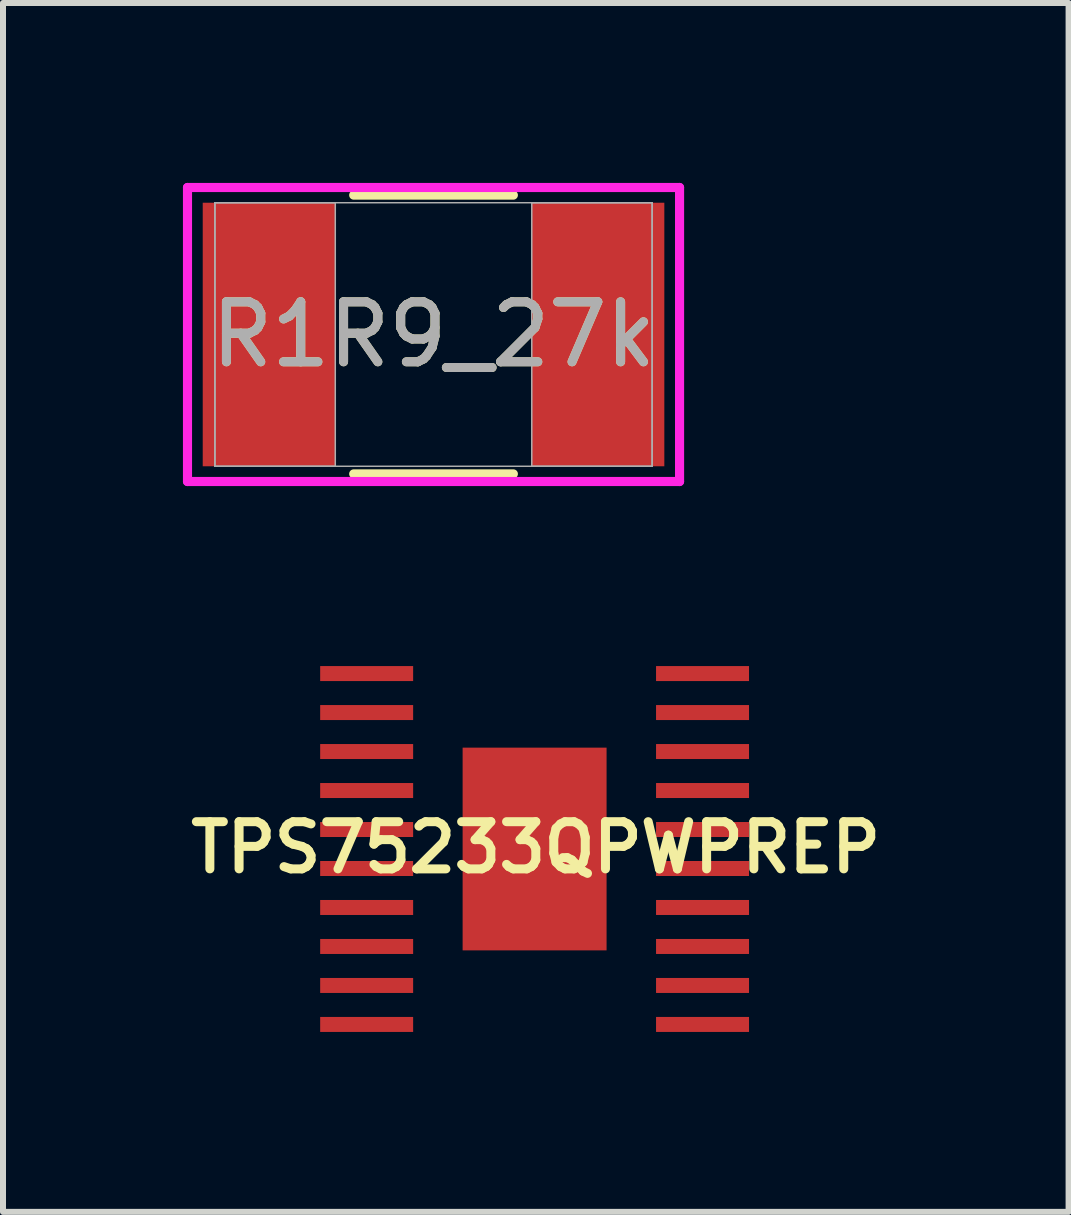
<source format=kicad_pcb>
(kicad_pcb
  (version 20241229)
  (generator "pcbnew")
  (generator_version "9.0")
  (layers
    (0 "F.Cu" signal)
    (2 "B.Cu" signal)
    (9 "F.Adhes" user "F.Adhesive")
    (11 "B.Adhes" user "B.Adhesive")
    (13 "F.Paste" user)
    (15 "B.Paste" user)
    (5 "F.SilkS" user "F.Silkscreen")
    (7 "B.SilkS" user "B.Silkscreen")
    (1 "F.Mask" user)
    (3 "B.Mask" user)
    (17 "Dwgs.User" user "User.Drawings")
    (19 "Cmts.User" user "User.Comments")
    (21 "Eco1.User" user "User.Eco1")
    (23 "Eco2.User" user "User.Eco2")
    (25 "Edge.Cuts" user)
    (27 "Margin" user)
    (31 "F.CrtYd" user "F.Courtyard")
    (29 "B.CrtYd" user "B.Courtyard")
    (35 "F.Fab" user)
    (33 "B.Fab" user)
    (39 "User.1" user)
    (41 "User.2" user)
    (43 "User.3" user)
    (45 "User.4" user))
  (footprint "R1R9_27k"
    (layer "F.Cu")
    (at 4.178 2.527)
    (property "Reference" "R1R9_27k" (at 0 0 0) (unlocked yes) (layer "F.SilkS") (effects (font (size 1 1) (thickness 0.15))))
    (attr smd)
    (fp_line (start -1.331 2.324) (end 1.331 2.324) (stroke (width 0.152) (type solid)) (layer "F.SilkS"))
    (fp_line (start 1.331 -2.324) (end -1.331 -2.324) (stroke (width 0.152) (type solid)) (layer "F.SilkS"))
    (fp_line (start -4.102 -2.451) (end 4.102 -2.451) (stroke (width 0.152) (type solid)) (layer "F.CrtYd"))
    (fp_line (start -4.102 2.451) (end -4.102 -2.451) (stroke (width 0.152) (type solid)) (layer "F.CrtYd"))
    (fp_line (start 4.102 -2.451) (end 4.102 2.451) (stroke (width 0.152) (type solid)) (layer "F.CrtYd"))
    (fp_line (start 4.102 2.451) (end -4.102 2.451) (stroke (width 0.152) (type solid)) (layer "F.CrtYd"))
    (fp_line (start -3.645 -2.197) (end -3.645 2.197) (stroke (width 0.025) (type solid)) (layer "F.Fab"))
    (fp_line (start -3.645 -2.197) (end -3.645 2.197) (stroke (width 0.025) (type solid)) (layer "F.Fab"))
    (fp_line (start -3.645 2.197) (end -1.638 2.197) (stroke (width 0.025) (type solid)) (layer "F.Fab"))
    (fp_line (start -3.645 2.197) (end 3.645 2.197) (stroke (width 0.025) (type solid)) (layer "F.Fab"))
    (fp_line (start -1.638 -2.197) (end -3.645 -2.197) (stroke (width 0.025) (type solid)) (layer "F.Fab"))
    (fp_line (start -1.638 2.197) (end -1.638 -2.197) (stroke (width 0.025) (type solid)) (layer "F.Fab"))
    (fp_line (start 1.638 -2.197) (end 1.638 2.197) (stroke (width 0.025) (type solid)) (layer "F.Fab"))
    (fp_line (start 1.638 2.197) (end 3.645 2.197) (stroke (width 0.025) (type solid)) (layer "F.Fab"))
    (fp_line (start 3.645 -2.197) (end -3.645 -2.197) (stroke (width 0.025) (type solid)) (layer "F.Fab"))
    (fp_line (start 3.645 -2.197) (end 1.638 -2.197) (stroke (width 0.025) (type solid)) (layer "F.Fab"))
    (fp_line (start 3.645 2.197) (end 3.645 -2.197) (stroke (width 0.025) (type solid)) (layer "F.Fab"))
    (fp_line (start 3.645 2.197) (end 3.645 -2.197) (stroke (width 0.025) (type solid)) (layer "F.Fab"))
    (fp_text user "${REFERENCE}" (at 0 0 0) (unlocked yes) (layer "F.Fab") (effects (font (size 1 1) (thickness 0.15))))
    (pad "1" smd rect (at -2.743 0) (size 2.21 4.394) (layers "F.Cu" "F.Mask" "F.Paste"))
    (pad "2" smd rect (at 2.743 0) (size 2.21 4.394) (layers "F.Cu" "F.Mask" "F.Paste"))
    (zone (net_name "") (layer "F.Cu") (hatch full 0.508) (connect_pads) (min_thickness 0.254) (filled_areas_thickness no) (keepout (tracks not_allowed) (vias not_allowed) (pads allowed) (copperpour not_allowed) (footprints allowed)) (placement (enabled no)) (fill) (polygon (pts (xy 2.591 0.381) (xy 5.766 0.381) (xy 5.766 4.674) (xy 2.591 4.674)))))
  (footprint "TPS75233QPWPREP"
    (layer "F.Cu")
    (at 5.883 11.08)
    (property "Reference" "TPS75233QPWPREP" (at 0 0 0) (layer "F.SilkS") (effects (font (size 0.787 0.787) (thickness 0.15))))
    (attr smd)
    (pad "P$1" smd rect (at -2.82 -2.9) (size 1.55 0.25) (layers "F.Cu" "F.Mask" "F.Paste"))
    (pad "P$2" smd rect (at -2.82 -2.25) (size 1.55 0.25) (layers "F.Cu" "F.Mask" "F.Paste"))
    (pad "P$3" smd rect (at -2.82 -1.6) (size 1.55 0.25) (layers "F.Cu" "F.Mask" "F.Paste"))
    (pad "P$4" smd rect (at -2.82 -0.95) (size 1.55 0.25) (layers "F.Cu" "F.Mask" "F.Paste"))
    (pad "P$5" smd rect (at -2.82 -0.3) (size 1.55 0.25) (layers "F.Cu" "F.Mask" "F.Paste"))
    (pad "P$6" smd rect (at -2.82 0.35) (size 1.55 0.25) (layers "F.Cu" "F.Mask" "F.Paste"))
    (pad "P$7" smd rect (at -2.82 1) (size 1.55 0.25) (layers "F.Cu" "F.Mask" "F.Paste"))
    (pad "P$8" smd rect (at -2.82 1.65) (size 1.55 0.25) (layers "F.Cu" "F.Mask" "F.Paste"))
    (pad "P$9" smd rect (at -2.82 2.3) (size 1.55 0.25) (layers "F.Cu" "F.Mask" "F.Paste"))
    (pad "P$10" smd rect (at -2.82 2.95) (size 1.55 0.25) (layers "F.Cu" "F.Mask" "F.Paste"))
    (pad "P$11" smd rect (at 2.78 2.95) (size 1.55 0.25) (layers "F.Cu" "F.Mask" "F.Paste"))
    (pad "P$12" smd rect (at 2.78 2.3) (size 1.55 0.25) (layers "F.Cu" "F.Mask" "F.Paste"))
    (pad "P$13" smd rect (at 2.78 1.65) (size 1.55 0.25) (layers "F.Cu" "F.Mask" "F.Paste"))
    (pad "P$14" smd rect (at 2.78 1) (size 1.55 0.25) (layers "F.Cu" "F.Mask" "F.Paste"))
    (pad "P$15" smd rect (at 2.78 0.35) (size 1.55 0.25) (layers "F.Cu" "F.Mask" "F.Paste"))
    (pad "P$16" smd rect (at 2.78 -0.3) (size 1.55 0.25) (layers "F.Cu" "F.Mask" "F.Paste"))
    (pad "P$17" smd rect (at 2.78 -0.95) (size 1.55 0.25) (layers "F.Cu" "F.Mask" "F.Paste"))
    (pad "P$18" smd rect (at 2.78 -1.6) (size 1.55 0.25) (layers "F.Cu" "F.Mask" "F.Paste"))
    (pad "P$19" smd rect (at 2.78 -2.25) (size 1.55 0.25) (layers "F.Cu" "F.Mask" "F.Paste"))
    (pad "P$20" smd rect (at 2.78 -2.9) (size 1.55 0.25) (layers "F.Cu" "F.Mask" "F.Paste"))
    (pad "P$21" smd rect (at -0.02 0.025) (size 2.4 3.38) (layers "F.Cu" "F.Mask" "F.Paste")))
  (gr_rect
    (start -3 -3)
    (end 14.766 17.155)
    (stroke (width 0.1) (type default))
    (fill no)
    (layer "Edge.Cuts")))
</source>
